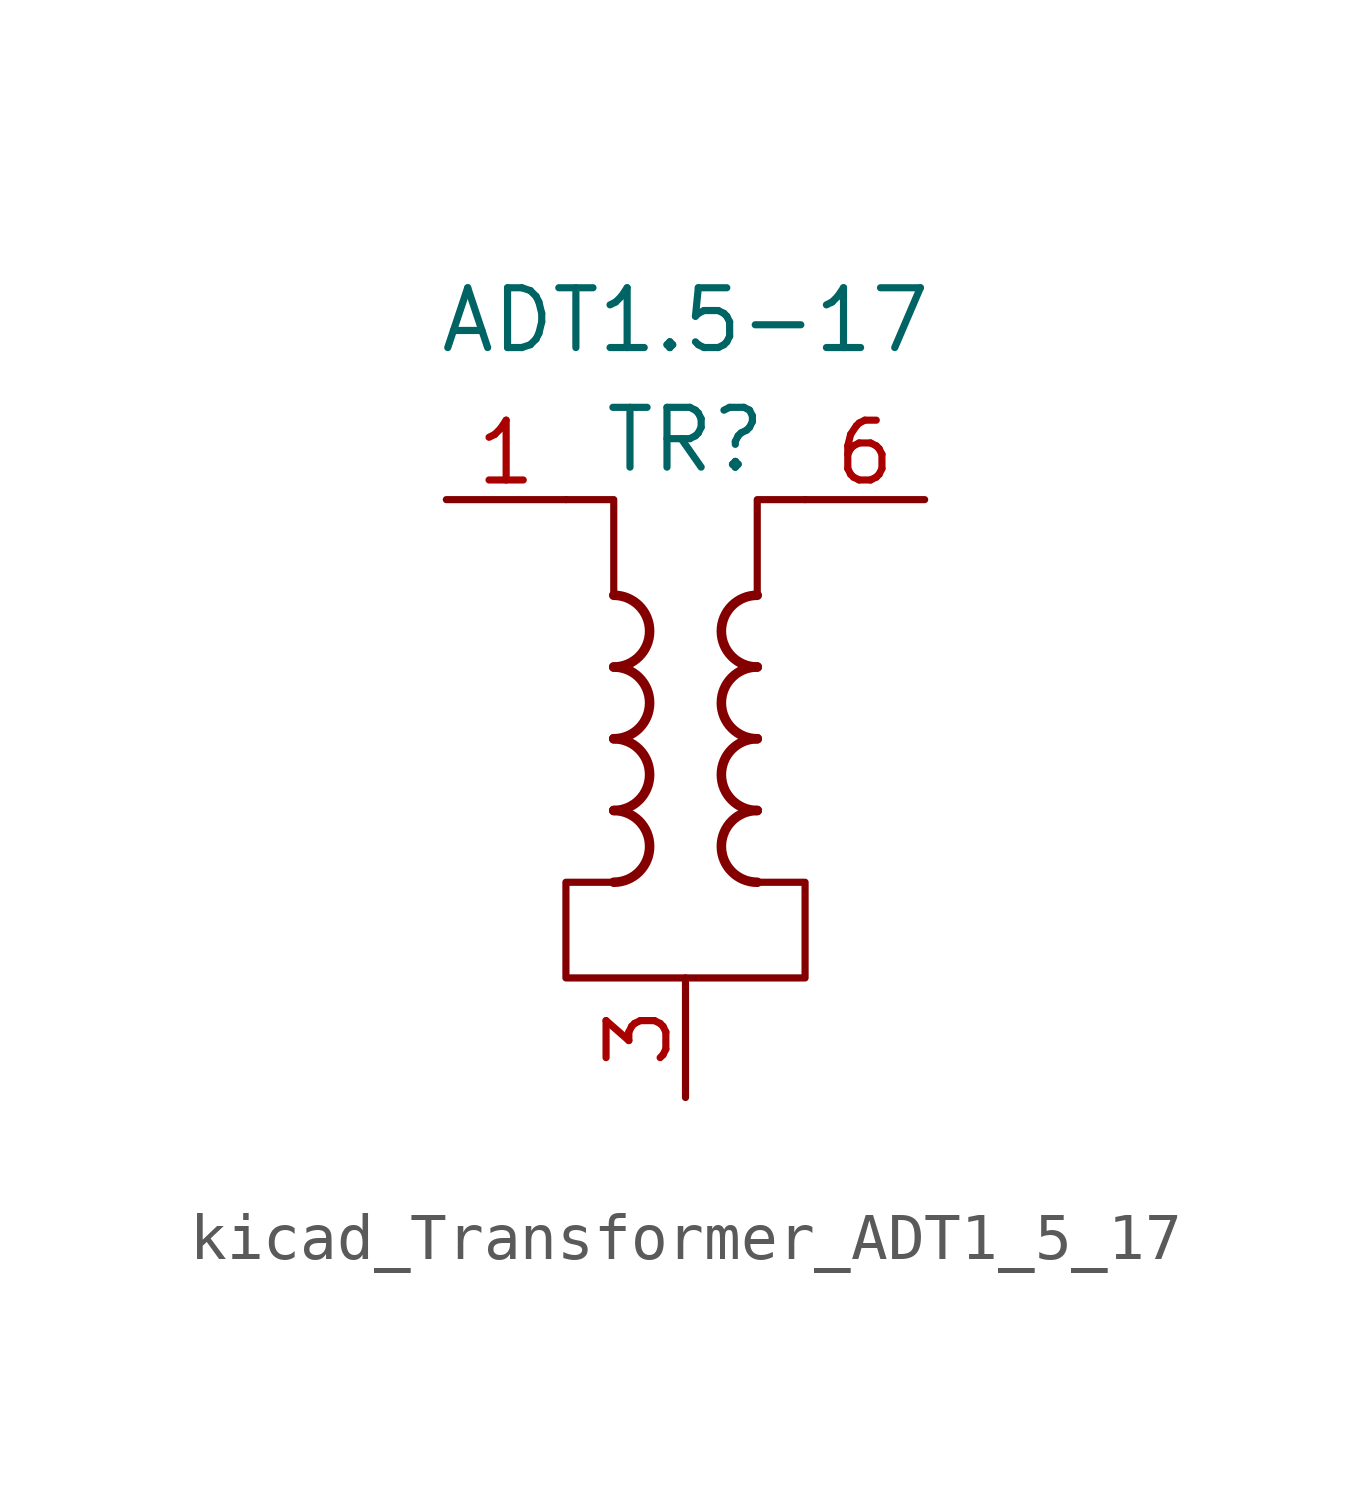
<source format=kicad_sym>
(kicad_symbol_lib
  (version 20220914)
  (generator kicad_symbol_editor)
  (symbol "kicad_Transformer_ADT1_5_17"
    (pin_names hide)
    (property "Reference" "TR"
      (at 0 6.35 0)
      (effects (font (size 1.27 1.27))))
    (property "Value" "ADT1.5-17"
      (at 0 8.89 0)
      (effects (font (size 1.27 1.27))))
    (symbol "kicad_Transformer_ADT1_5_17_0_1"
      (arc (start -1.524 -3.048) (mid -0.7653 -2.286) (end -1.524 -1.524) (stroke (width 0.2032) (type default)) (fill (type none)))
      (arc (start -1.524 -1.524) (mid -0.7653 -0.762) (end -1.524 0) (stroke (width 0.2032) (type default)) (fill (type none)))
      (arc (start -1.524 0) (mid -0.7653 0.762) (end -1.524 1.524) (stroke (width 0.2032) (type default)) (fill (type none)))
      (arc (start -1.524 1.524) (mid -0.7653 2.286) (end -1.524 3.048) (stroke (width 0.2032) (type default)) (fill (type none)))
      (polyline (pts (xy -2.54 5.08) (xy -1.524 5.08) (xy -1.524 3.048)) (stroke (width 0.152) (type default)) (fill (type none)))
      (polyline (pts (xy 1.524 3.048) (xy 1.524 5.08) (xy 2.54 5.08)) (stroke (width 0.152) (type default)) (fill (type none)))
      (polyline (pts (xy -1.524 -3.048) (xy -2.54 -3.048) (xy -2.54 -5.08) (xy 2.54 -5.08) (xy 2.54 -3.048) (xy 1.524 -3.048)) (stroke (width 0) (type default)) (fill (type none)))
      (arc (start 1.524 -1.524) (mid 0.7653 -2.286) (end 1.524 -3.048) (stroke (width 0.2032) (type default)) (fill (type none)))
      (arc (start 1.524 0) (mid 0.7653 -0.762) (end 1.524 -1.524) (stroke (width 0.2032) (type default)) (fill (type none)))
      (arc (start 1.524 1.524) (mid 0.7653 0.762) (end 1.524 0) (stroke (width 0.2032) (type default)) (fill (type none)))
      (arc (start 1.524 3.048) (mid 0.7653 2.286) (end 1.524 1.524) (stroke (width 0.2032) (type default)) (fill (type none))))
    (symbol "kicad_Transformer_ADT1_5_17_1_1"
      (pin passive line (at -5.08 5.08 0) (length 2.54) (name "~" (effects (font (size 1.27 1.27)))) (number "1" (effects (font (size 1.27 1.27)))))
      (pin passive line (at 0 -7.62 90) (length 2.54) (name "~" (effects (font (size 1.27 1.27)))) (number "3" (effects (font (size 1.27 1.27)))))
      (pin passive line (at 5.08 5.08 180) (length 2.54) (name "~" (effects (font (size 1.27 1.27)))) (number "6" (effects (font (size 1.27 1.27))))))))
</source>
